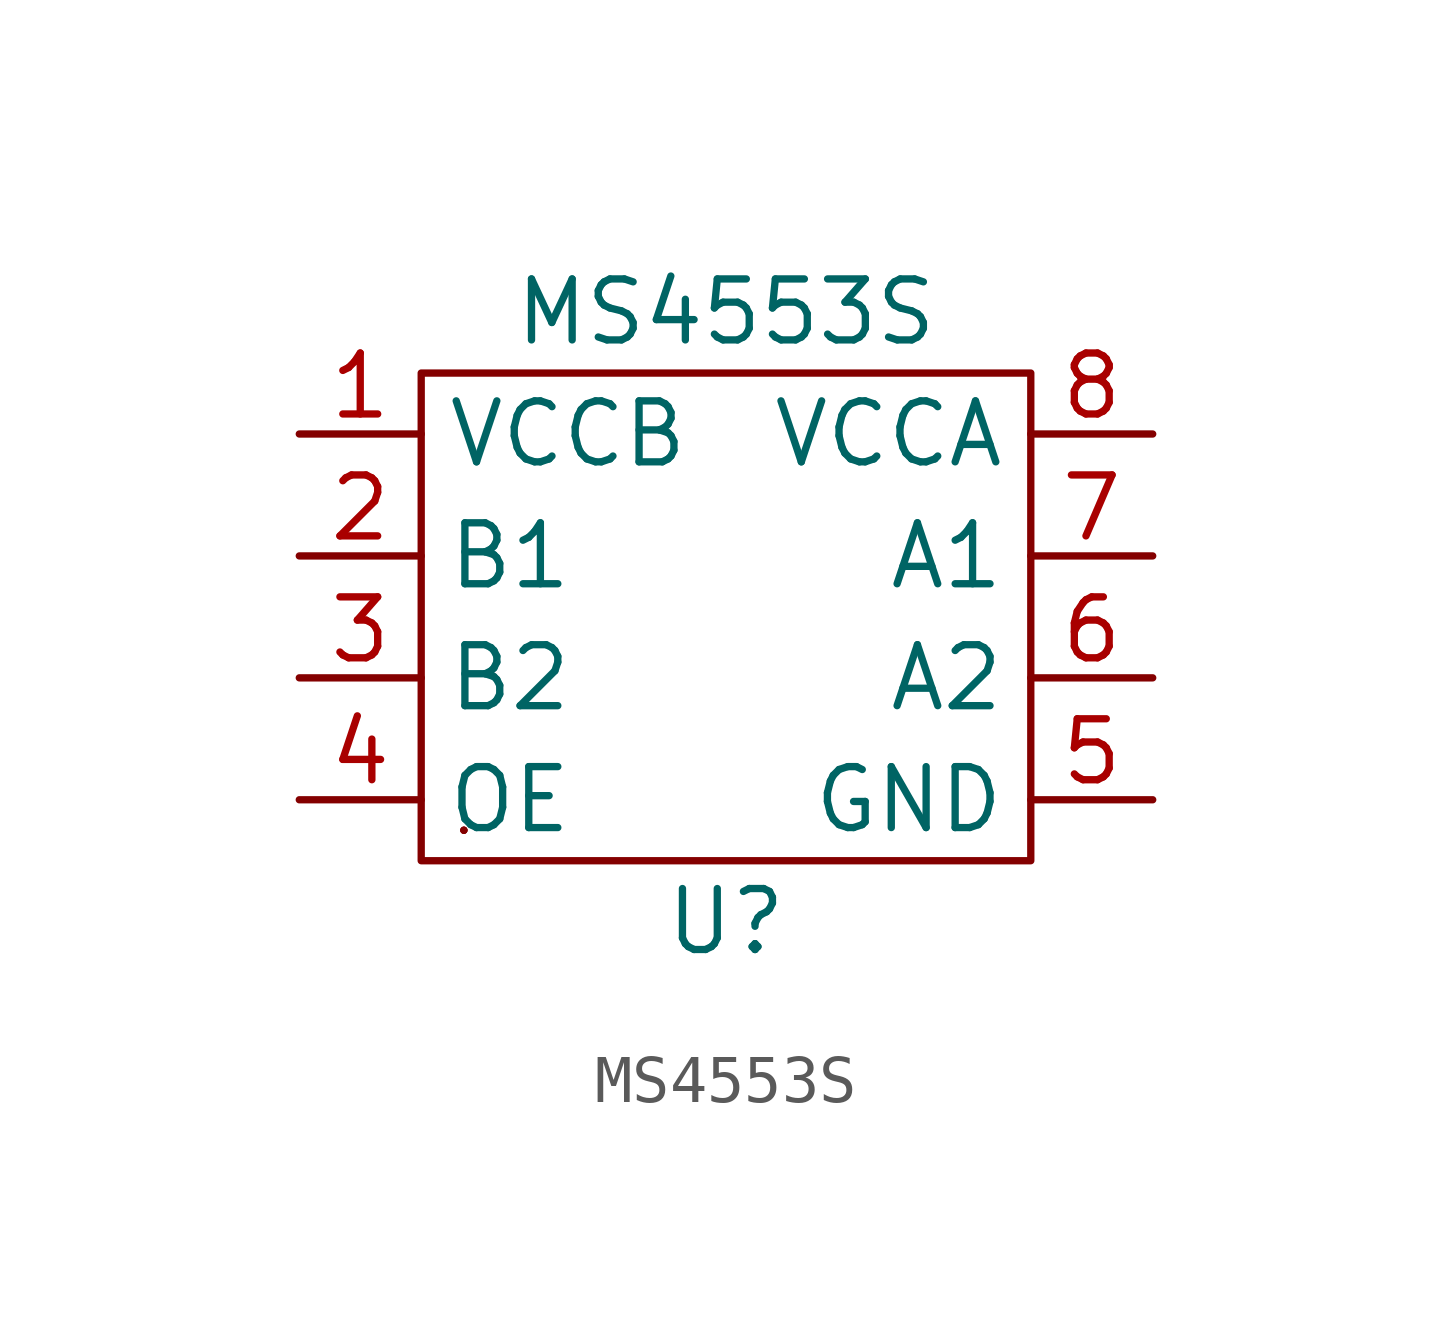
<source format=kicad_sym>
(kicad_symbol_lib
  (version 20211014)
  (generator kicad_symbol_editor)
  (symbol "MS4553S"
    (property "Reference" "U"
      (at 0 -6.35 0)
      (effects (font (size 1.27 1.27))))
    (property "Value" "MS4553S"
      (at 0 6.35 0)
      (effects (font (size 1.27 1.27))))
    (symbol "MS4553S_0_1"
      (rectangle (start -6.35 5.08) (end 6.35 -5.08) (stroke (width 0) (type default) (color 0 0 0 0)) (fill (type none)))
      (rectangle (start -5.461 -4.445) (end -5.461 -4.445) (stroke (width 0) (type default) (color 0 0 0 0)) (fill (type none)))
      (rectangle (start -5.461 -4.445) (end -5.461 -4.445) (stroke (width 0) (type default) (color 0 0 0 0)) (fill (type none)))
      (rectangle (start -5.461 -4.445) (end -5.461 -4.445) (stroke (width 0) (type default) (color 0 0 0 0)) (fill (type none))))
    (symbol "MS4553S_1_1"
      (pin input line (at -8.89 3.81 0) (length 2.54) (name "VCCB" (effects (font (size 1.27 1.27)))) (number "1" (effects (font (size 1.27 1.27)))))
      (pin input line (at -8.89 1.27 0) (length 2.54) (name "B1" (effects (font (size 1.27 1.27)))) (number "2" (effects (font (size 1.27 1.27)))))
      (pin input line (at -8.89 -1.27 0) (length 2.54) (name "B2" (effects (font (size 1.27 1.27)))) (number "3" (effects (font (size 1.27 1.27)))))
      (pin input line (at -8.89 -3.81 0) (length 2.54) (name "OE" (effects (font (size 1.27 1.27)))) (number "4" (effects (font (size 1.27 1.27)))))
      (pin input line (at 8.89 -3.81 180) (length 2.54) (name "GND" (effects (font (size 1.27 1.27)))) (number "5" (effects (font (size 1.27 1.27)))))
      (pin input line (at 8.89 -1.27 180) (length 2.54) (name "A2" (effects (font (size 1.27 1.27)))) (number "6" (effects (font (size 1.27 1.27)))))
      (pin input line (at 8.89 1.27 180) (length 2.54) (name "A1" (effects (font (size 1.27 1.27)))) (number "7" (effects (font (size 1.27 1.27)))))
      (pin input line (at 8.89 3.81 180) (length 2.54) (name "VCCA" (effects (font (size 1.27 1.27)))) (number "8" (effects (font (size 1.27 1.27))))))))
</source>
